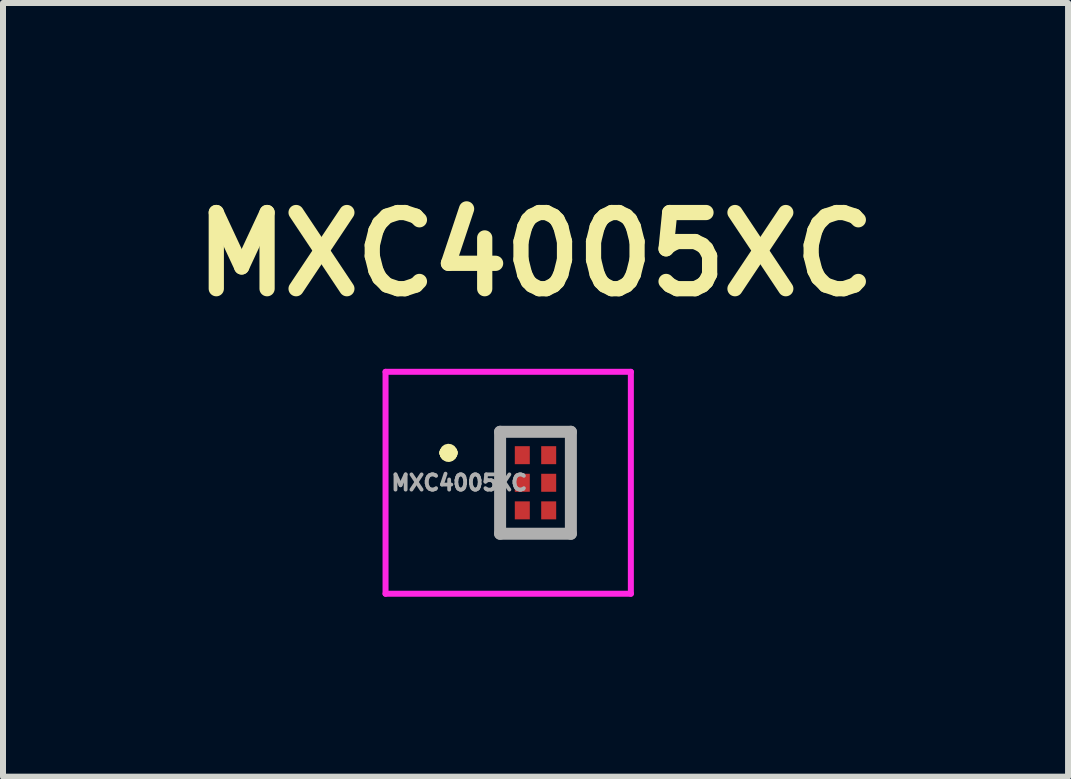
<source format=kicad_pcb>
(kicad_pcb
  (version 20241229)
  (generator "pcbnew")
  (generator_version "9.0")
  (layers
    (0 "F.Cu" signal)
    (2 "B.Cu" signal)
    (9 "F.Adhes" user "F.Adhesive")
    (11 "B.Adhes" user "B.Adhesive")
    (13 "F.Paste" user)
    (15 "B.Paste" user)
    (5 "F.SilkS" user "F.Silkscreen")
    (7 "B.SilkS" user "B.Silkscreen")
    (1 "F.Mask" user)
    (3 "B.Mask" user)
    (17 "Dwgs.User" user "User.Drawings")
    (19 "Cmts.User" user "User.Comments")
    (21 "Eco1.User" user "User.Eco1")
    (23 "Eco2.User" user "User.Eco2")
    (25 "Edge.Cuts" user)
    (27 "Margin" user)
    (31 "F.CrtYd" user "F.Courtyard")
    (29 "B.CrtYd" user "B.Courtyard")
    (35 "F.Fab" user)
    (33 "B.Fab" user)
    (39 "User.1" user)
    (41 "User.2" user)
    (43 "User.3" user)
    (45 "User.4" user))
  (footprint "MXC4005XC"
    (layer "F.Cu")
    (at 5.878 4.999)
    (property "Reference" "MXC4005XC" (at 0 -3.81 0) (layer "F.SilkS") (effects (font (size 1.27 1.27) (thickness 0.254))))
    (attr smd)
    (fp_line (start -1.5 -0.5) (end -1.5 -0.5) (stroke (width 0.2) (type solid)) (layer "F.SilkS"))
    (fp_line (start -1.5 -0.5) (end -1.5 -0.5) (stroke (width 0.2) (type solid)) (layer "F.SilkS"))
    (fp_line (start -1.4 -0.5) (end -1.4 -0.5) (stroke (width 0.2) (type solid)) (layer "F.SilkS"))
    (fp_line (start -0.59 -0.85) (end 0.59 -0.85) (stroke (width 0.1) (type solid)) (layer "F.SilkS"))
    (fp_line (start -0.59 0.85) (end -0.59 -0.85) (stroke (width 0.1) (type solid)) (layer "F.SilkS"))
    (fp_line (start 0.59 -0.85) (end 0.59 0.85) (stroke (width 0.1) (type solid)) (layer "F.SilkS"))
    (fp_line (start 0.59 0.85) (end -0.59 0.85) (stroke (width 0.1) (type solid)) (layer "F.SilkS"))
    (fp_arc (start -1.5 -0.5) (mid -1.45 -0.55) (end -1.4 -0.5) (stroke (width 0.2) (type solid)) (layer "F.SilkS"))
    (fp_arc (start -1.4 -0.5) (mid -1.45 -0.45) (end -1.5 -0.5) (stroke (width 0.2) (type solid)) (layer "F.SilkS"))
    (fp_arc (start -1.4 -0.5) (mid -1.45 -0.45) (end -1.5 -0.5) (stroke (width 0.2) (type solid)) (layer "F.SilkS"))
    (fp_line (start -2.5 -1.85) (end 1.59 -1.85) (stroke (width 0.1) (type solid)) (layer "F.CrtYd"))
    (fp_line (start -2.5 1.85) (end -2.5 -1.85) (stroke (width 0.1) (type solid)) (layer "F.CrtYd"))
    (fp_line (start 1.59 -1.85) (end 1.59 1.85) (stroke (width 0.1) (type solid)) (layer "F.CrtYd"))
    (fp_line (start 1.59 1.85) (end -2.5 1.85) (stroke (width 0.1) (type solid)) (layer "F.CrtYd"))
    (fp_line (start -0.59 -0.85) (end -0.59 0.85) (stroke (width 0.2) (type solid)) (layer "F.Fab"))
    (fp_line (start -0.59 0.85) (end 0.59 0.85) (stroke (width 0.2) (type solid)) (layer "F.Fab"))
    (fp_line (start 0.59 -0.85) (end -0.59 -0.85) (stroke (width 0.2) (type solid)) (layer "F.Fab"))
    (fp_line (start 0.59 0.85) (end 0.59 -0.85) (stroke (width 0.2) (type solid)) (layer "F.Fab"))
    (fp_text user "${REFERENCE}" (at -1.27 0 0) (layer "F.Fab") (effects (font (size 0.254 0.254) (thickness 0.064))))
    (pad "1" smd rect (at -0.22 -0.46) (size 0.25 0.3) (layers "F.Cu" "F.Mask" "F.Paste"))
    (pad "2" smd rect (at -0.22 0) (size 0.25 0.3) (layers "F.Cu" "F.Mask" "F.Paste"))
    (pad "3" smd rect (at -0.22 0.46) (size 0.25 0.3) (layers "F.Cu" "F.Mask" "F.Paste"))
    (pad "4" smd rect (at 0.22 0.46) (size 0.25 0.3) (layers "F.Cu" "F.Mask" "F.Paste"))
    (pad "5" smd rect (at 0.22 0) (size 0.25 0.3) (layers "F.Cu" "F.Mask" "F.Paste"))
    (pad "6" smd rect (at 0.22 -0.46) (size 0.25 0.3) (layers "F.Cu" "F.Mask" "F.Paste")))
  (gr_rect
    (start -3 -3)
    (end 14.757 9.899)
    (stroke (width 0.1) (type default))
    (fill no)
    (layer "Edge.Cuts")))
</source>
